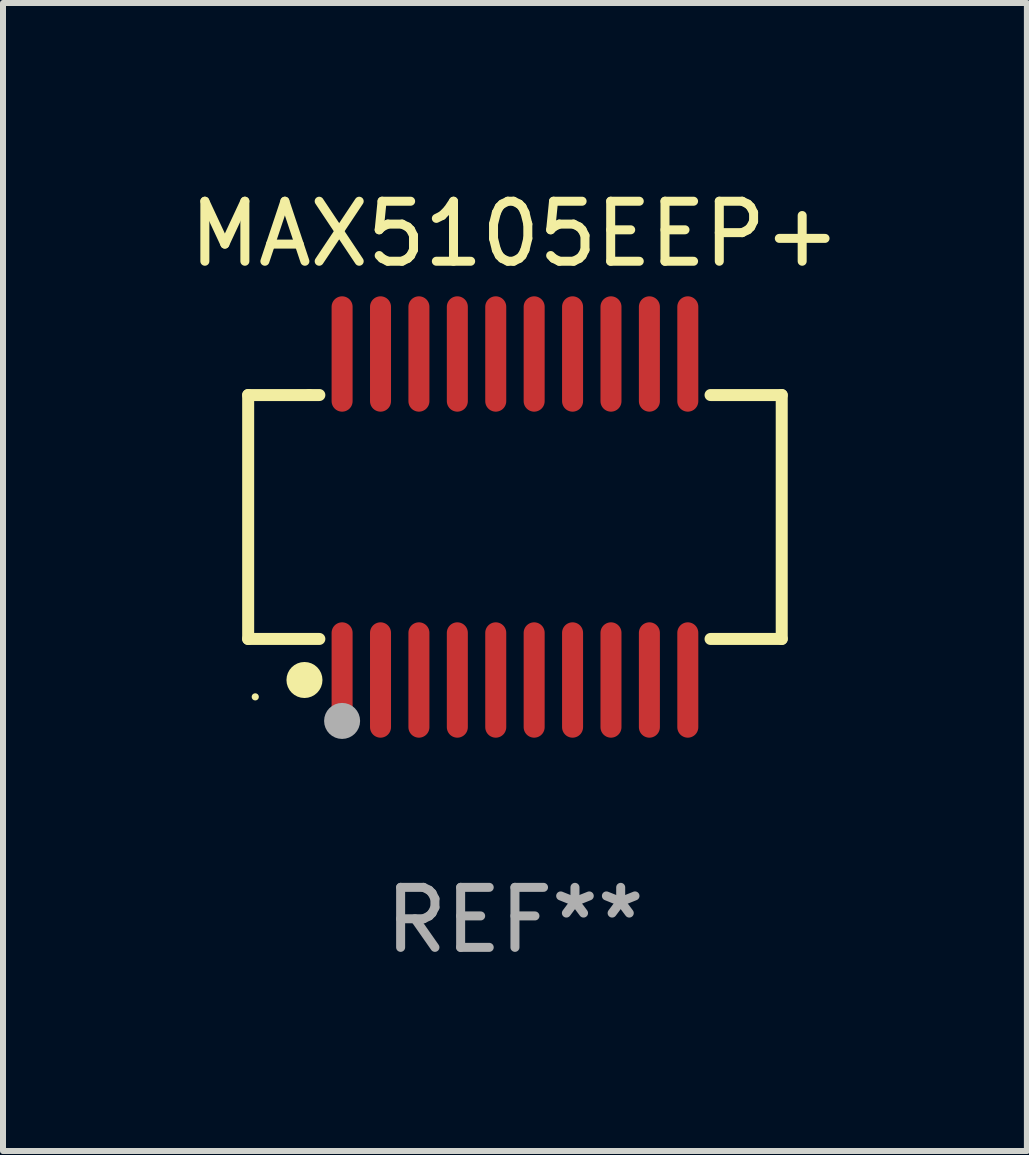
<source format=kicad_pcb>
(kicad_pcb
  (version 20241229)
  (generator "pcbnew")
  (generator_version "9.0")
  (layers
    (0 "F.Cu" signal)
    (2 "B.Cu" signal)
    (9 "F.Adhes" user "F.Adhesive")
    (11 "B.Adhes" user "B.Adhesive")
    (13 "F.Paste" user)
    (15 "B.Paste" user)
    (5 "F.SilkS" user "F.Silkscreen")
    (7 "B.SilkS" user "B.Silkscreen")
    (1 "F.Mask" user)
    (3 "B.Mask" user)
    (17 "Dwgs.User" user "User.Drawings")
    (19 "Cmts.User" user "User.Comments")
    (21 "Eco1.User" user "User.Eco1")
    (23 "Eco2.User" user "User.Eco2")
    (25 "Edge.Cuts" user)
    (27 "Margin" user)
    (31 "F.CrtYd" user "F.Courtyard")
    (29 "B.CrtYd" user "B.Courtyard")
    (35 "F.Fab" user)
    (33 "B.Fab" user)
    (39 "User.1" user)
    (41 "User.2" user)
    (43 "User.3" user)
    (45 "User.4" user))
  (footprint "MAX5105EEP+"
    (layer "F.Cu")
    (at 5.53 5.564)
    (property "Reference" "MAX5105EEP+" (at 0 -4.716 0) (layer "F.SilkS") (effects (font (size 1 1) (thickness 0.15))))
    (attr through_hole)
    (fp_line (start -4.445 -2.032) (end -4.445 2.032) (stroke (width 0.2) (type solid)) (layer "F.SilkS"))
    (fp_line (start -4.445 2.032) (end -3.259 2.032) (stroke (width 0.2) (type solid)) (layer "F.SilkS"))
    (fp_line (start -3.429 -2.032) (end -4.445 -2.032) (stroke (width 0.2) (type solid)) (layer "F.SilkS"))
    (fp_line (start -3.259 -2.032) (end -3.429 -2.032) (stroke (width 0.2) (type solid)) (layer "F.SilkS"))
    (fp_line (start 3.259 2.032) (end 4.445 2.032) (stroke (width 0.2) (type solid)) (layer "F.SilkS"))
    (fp_line (start 4.445 -2.032) (end 3.259 -2.032) (stroke (width 0.2) (type solid)) (layer "F.SilkS"))
    (fp_line (start 4.445 2.032) (end 4.445 -2.032) (stroke (width 0.2) (type solid)) (layer "F.SilkS"))
    (fp_circle (center -4.327 2.997) (end -4.297 2.997) (stroke (width 0.06) (type solid)) (fill no) (layer "F.SilkS"))
    (fp_circle (center -3.507 2.716) (end -3.357 2.716) (stroke (width 0.3) (type solid)) (fill no) (layer "F.SilkS"))
    (fp_circle (center -2.88 3.398) (end -2.73 3.398) (stroke (width 0.3) (type solid)) (fill no) (layer "F.Fab"))
    (fp_text user "REF**" (at 0 6.716 0) (layer "F.Fab") (effects (font (size 1 1) (thickness 0.15))))
    (pad "1" smd oval (at -2.88 2.716) (size 0.35 1.922) (layers "F.Cu" "F.Mask" "F.Paste"))
    (pad "2" smd oval (at -2.24 2.716) (size 0.35 1.922) (layers "F.Cu" "F.Mask" "F.Paste"))
    (pad "3" smd oval (at -1.6 2.716) (size 0.35 1.922) (layers "F.Cu" "F.Mask" "F.Paste"))
    (pad "4" smd oval (at -0.96 2.716) (size 0.35 1.922) (layers "F.Cu" "F.Mask" "F.Paste"))
    (pad "5" smd oval (at -0.32 2.716) (size 0.35 1.922) (layers "F.Cu" "F.Mask" "F.Paste"))
    (pad "6" smd oval (at 0.32 2.716) (size 0.35 1.922) (layers "F.Cu" "F.Mask" "F.Paste"))
    (pad "7" smd oval (at 0.96 2.716) (size 0.35 1.922) (layers "F.Cu" "F.Mask" "F.Paste"))
    (pad "8" smd oval (at 1.6 2.716) (size 0.35 1.922) (layers "F.Cu" "F.Mask" "F.Paste"))
    (pad "9" smd oval (at 2.24 2.716) (size 0.35 1.922) (layers "F.Cu" "F.Mask" "F.Paste"))
    (pad "10" smd oval (at 2.88 2.716) (size 0.35 1.922) (layers "F.Cu" "F.Mask" "F.Paste"))
    (pad "11" smd oval (at 2.88 -2.716) (size 0.35 1.922) (layers "F.Cu" "F.Mask" "F.Paste"))
    (pad "12" smd oval (at 2.24 -2.716) (size 0.35 1.922) (layers "F.Cu" "F.Mask" "F.Paste"))
    (pad "13" smd oval (at 1.6 -2.716) (size 0.35 1.922) (layers "F.Cu" "F.Mask" "F.Paste"))
    (pad "14" smd oval (at 0.96 -2.716) (size 0.35 1.922) (layers "F.Cu" "F.Mask" "F.Paste"))
    (pad "15" smd oval (at 0.32 -2.716) (size 0.35 1.922) (layers "F.Cu" "F.Mask" "F.Paste"))
    (pad "16" smd oval (at -0.32 -2.716) (size 0.35 1.922) (layers "F.Cu" "F.Mask" "F.Paste"))
    (pad "17" smd oval (at -0.96 -2.716) (size 0.35 1.922) (layers "F.Cu" "F.Mask" "F.Paste"))
    (pad "18" smd oval (at -1.6 -2.716) (size 0.35 1.922) (layers "F.Cu" "F.Mask" "F.Paste"))
    (pad "19" smd oval (at -2.24 -2.716) (size 0.35 1.922) (layers "F.Cu" "F.Mask" "F.Paste"))
    (pad "20" smd oval (at -2.88 -2.716) (size 0.35 1.922) (layers "F.Cu" "F.Mask" "F.Paste")))
  (gr_rect
    (start -3 -3)
    (end 14.06 16.128)
    (stroke (width 0.1) (type default))
    (fill no)
    (layer "Edge.Cuts")))
</source>
